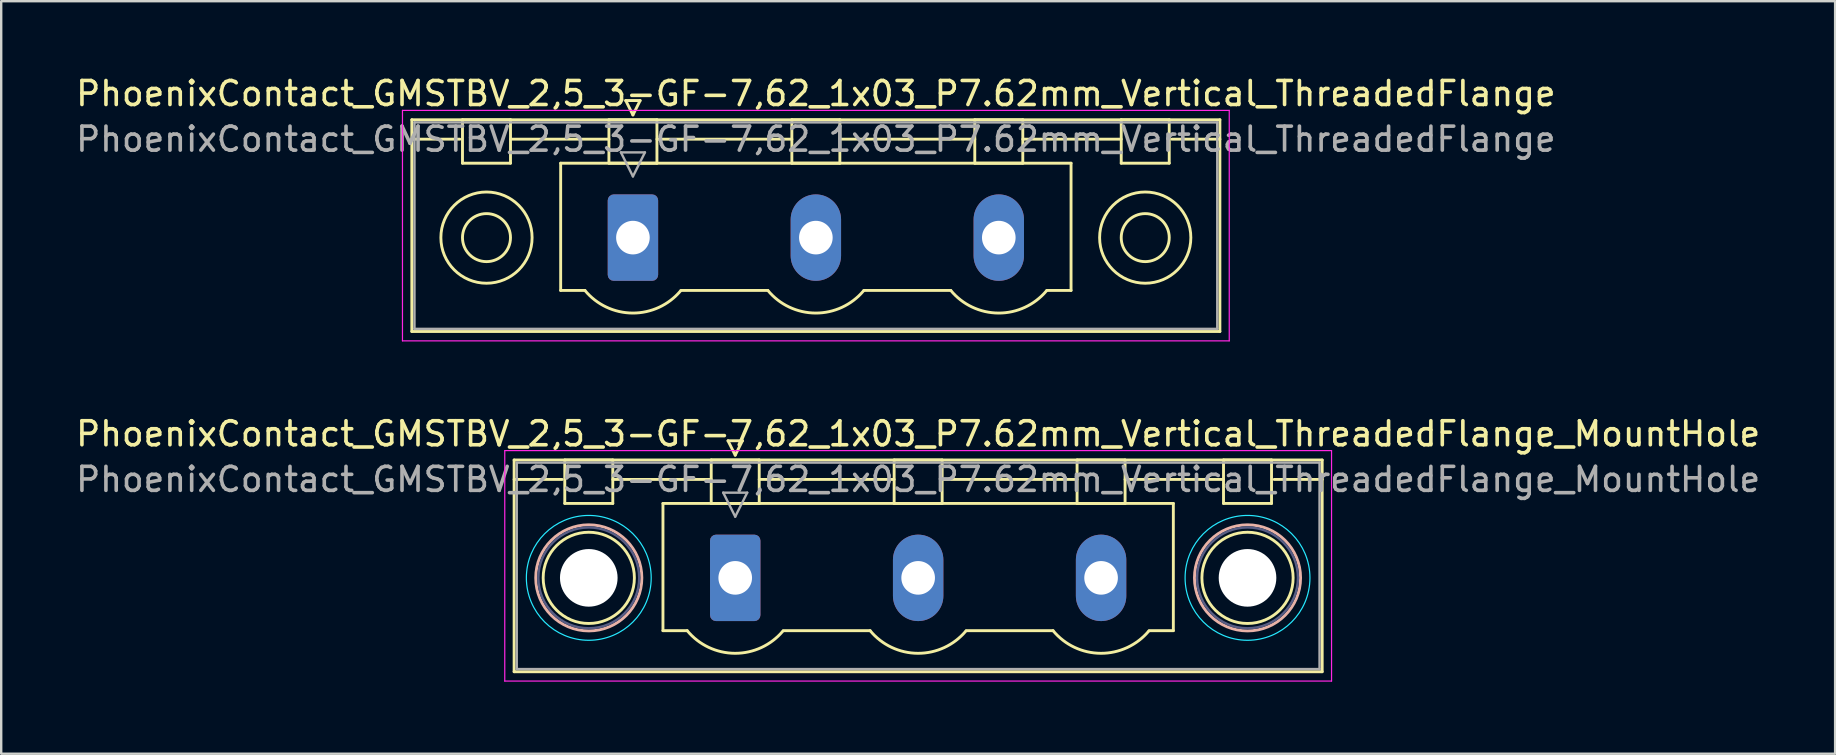
<source format=kicad_pcb>
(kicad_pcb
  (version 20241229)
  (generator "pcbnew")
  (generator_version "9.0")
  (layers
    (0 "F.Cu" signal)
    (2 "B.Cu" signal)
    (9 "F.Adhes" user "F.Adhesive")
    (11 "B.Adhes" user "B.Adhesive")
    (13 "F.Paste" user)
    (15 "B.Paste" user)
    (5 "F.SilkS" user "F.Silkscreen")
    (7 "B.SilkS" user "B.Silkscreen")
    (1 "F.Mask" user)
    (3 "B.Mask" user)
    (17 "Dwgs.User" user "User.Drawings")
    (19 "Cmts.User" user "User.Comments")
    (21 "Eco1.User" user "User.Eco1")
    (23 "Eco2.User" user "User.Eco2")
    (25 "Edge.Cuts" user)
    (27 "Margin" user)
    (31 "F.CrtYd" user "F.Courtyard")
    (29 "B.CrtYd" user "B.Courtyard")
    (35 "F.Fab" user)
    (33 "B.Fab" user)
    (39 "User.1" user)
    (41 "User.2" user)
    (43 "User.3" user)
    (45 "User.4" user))
  (footprint "PhoenixContact_GMSTBV_2,5_3-GF-7,62_1x03_P7.62mm_Vertical_ThreadedFlange"
    (layer "F.Cu")
    (at 23.315 6.848)
    (property "Reference" "PhoenixContact_GMSTBV_2,5_3-GF-7,62_1x03_P7.62mm_Vertical_ThreadedFlange" (at 7.62 -6 0) (layer "F.SilkS") (effects (font (size 1 1) (thickness 0.15))))
    (attr through_hole)
    (fp_line (start -9.21 -4.91) (end -9.21 3.91) (stroke (width 0.12) (type solid)) (layer "F.SilkS"))
    (fp_line (start -9.21 -4.1) (end -7.21 -4.1) (stroke (width 0.12) (type solid)) (layer "F.SilkS"))
    (fp_line (start -9.21 3.91) (end 24.45 3.91) (stroke (width 0.12) (type solid)) (layer "F.SilkS"))
    (fp_line (start -7.1 -4.91) (end -5.1 -4.91) (stroke (width 0.12) (type solid)) (layer "F.SilkS"))
    (fp_line (start -7.1 -3.1) (end -7.1 -4.91) (stroke (width 0.12) (type solid)) (layer "F.SilkS"))
    (fp_line (start -5.1 -4.91) (end -5.1 -3.1) (stroke (width 0.12) (type solid)) (layer "F.SilkS"))
    (fp_line (start -5.1 -4.1) (end -1 -4.1) (stroke (width 0.12) (type solid)) (layer "F.SilkS"))
    (fp_line (start -5.1 -3.1) (end -7.1 -3.1) (stroke (width 0.12) (type solid)) (layer "F.SilkS"))
    (fp_line (start -3.01 -3.1) (end 18.25 -3.1) (stroke (width 0.12) (type solid)) (layer "F.SilkS"))
    (fp_line (start -3.01 2.2) (end -3.01 -3.1) (stroke (width 0.12) (type solid)) (layer "F.SilkS"))
    (fp_line (start -2 2.2) (end -3.01 2.2) (stroke (width 0.12) (type solid)) (layer "F.SilkS"))
    (fp_line (start -1 -4.91) (end 1 -4.91) (stroke (width 0.12) (type solid)) (layer "F.SilkS"))
    (fp_line (start -1 -3.1) (end -1 -4.91) (stroke (width 0.12) (type solid)) (layer "F.SilkS"))
    (fp_line (start -0.3 -5.71) (end 0.3 -5.71) (stroke (width 0.12) (type solid)) (layer "F.SilkS"))
    (fp_line (start 0 -5.11) (end -0.3 -5.71) (stroke (width 0.12) (type solid)) (layer "F.SilkS"))
    (fp_line (start 0.3 -5.71) (end 0 -5.11) (stroke (width 0.12) (type solid)) (layer "F.SilkS"))
    (fp_line (start 1 -4.91) (end 1 -3.1) (stroke (width 0.12) (type solid)) (layer "F.SilkS"))
    (fp_line (start 1 -4.1) (end 6.62 -4.1) (stroke (width 0.12) (type solid)) (layer "F.SilkS"))
    (fp_line (start 1 -3.1) (end -1 -3.1) (stroke (width 0.12) (type solid)) (layer "F.SilkS"))
    (fp_line (start 2 2.2) (end 5.62 2.2) (stroke (width 0.12) (type solid)) (layer "F.SilkS"))
    (fp_line (start 6.62 -4.91) (end 8.62 -4.91) (stroke (width 0.12) (type solid)) (layer "F.SilkS"))
    (fp_line (start 6.62 -3.1) (end 6.62 -4.91) (stroke (width 0.12) (type solid)) (layer "F.SilkS"))
    (fp_line (start 8.62 -4.91) (end 8.62 -3.1) (stroke (width 0.12) (type solid)) (layer "F.SilkS"))
    (fp_line (start 8.62 -4.1) (end 14.24 -4.1) (stroke (width 0.12) (type solid)) (layer "F.SilkS"))
    (fp_line (start 8.62 -3.1) (end 6.62 -3.1) (stroke (width 0.12) (type solid)) (layer "F.SilkS"))
    (fp_line (start 9.62 2.2) (end 13.24 2.2) (stroke (width 0.12) (type solid)) (layer "F.SilkS"))
    (fp_line (start 14.24 -4.91) (end 16.24 -4.91) (stroke (width 0.12) (type solid)) (layer "F.SilkS"))
    (fp_line (start 14.24 -3.1) (end 14.24 -4.91) (stroke (width 0.12) (type solid)) (layer "F.SilkS"))
    (fp_line (start 16.24 -4.91) (end 16.24 -3.1) (stroke (width 0.12) (type solid)) (layer "F.SilkS"))
    (fp_line (start 16.24 -4.1) (end 20.34 -4.1) (stroke (width 0.12) (type solid)) (layer "F.SilkS"))
    (fp_line (start 16.24 -3.1) (end 14.24 -3.1) (stroke (width 0.12) (type solid)) (layer "F.SilkS"))
    (fp_line (start 18.25 -3.1) (end 18.25 2.2) (stroke (width 0.12) (type solid)) (layer "F.SilkS"))
    (fp_line (start 18.25 2.2) (end 17.24 2.2) (stroke (width 0.12) (type solid)) (layer "F.SilkS"))
    (fp_line (start 20.34 -4.91) (end 22.34 -4.91) (stroke (width 0.12) (type solid)) (layer "F.SilkS"))
    (fp_line (start 20.34 -3.1) (end 20.34 -4.91) (stroke (width 0.12) (type solid)) (layer "F.SilkS"))
    (fp_line (start 22.34 -4.91) (end 22.34 -3.1) (stroke (width 0.12) (type solid)) (layer "F.SilkS"))
    (fp_line (start 22.34 -3.1) (end 20.34 -3.1) (stroke (width 0.12) (type solid)) (layer "F.SilkS"))
    (fp_line (start 24.45 -4.91) (end -9.21 -4.91) (stroke (width 0.12) (type solid)) (layer "F.SilkS"))
    (fp_line (start 24.45 -4.1) (end 22.45 -4.1) (stroke (width 0.12) (type solid)) (layer "F.SilkS"))
    (fp_line (start 24.45 3.91) (end 24.45 -4.91) (stroke (width 0.12) (type solid)) (layer "F.SilkS"))
    (fp_arc (start 1.986842 2.215821) (mid -0.010289 3.142758) (end -2 2.2) (stroke (width 0.12) (type solid)) (layer "F.SilkS"))
    (fp_arc (start 9.606842 2.215821) (mid 7.609711 3.142758) (end 5.62 2.2) (stroke (width 0.12) (type solid)) (layer "F.SilkS"))
    (fp_arc (start 17.226842 2.215821) (mid 15.229711 3.142758) (end 13.24 2.2) (stroke (width 0.12) (type solid)) (layer "F.SilkS"))
    (fp_circle (center -6.1 0) (end -5.1 0) (stroke (width 0.12) (type solid)) (fill no) (layer "F.SilkS"))
    (fp_circle (center -6.1 0) (end -4.2 0) (stroke (width 0.12) (type solid)) (fill no) (layer "F.SilkS"))
    (fp_circle (center 21.34 0) (end 22.34 0) (stroke (width 0.12) (type solid)) (fill no) (layer "F.SilkS"))
    (fp_circle (center 21.34 0) (end 23.24 0) (stroke (width 0.12) (type solid)) (fill no) (layer "F.SilkS"))
    (fp_line (start -9.6 -5.3) (end -9.6 4.3) (stroke (width 0.05) (type solid)) (layer "F.CrtYd"))
    (fp_line (start -9.6 4.3) (end 24.84 4.3) (stroke (width 0.05) (type solid)) (layer "F.CrtYd"))
    (fp_line (start 24.84 -5.3) (end -9.6 -5.3) (stroke (width 0.05) (type solid)) (layer "F.CrtYd"))
    (fp_line (start 24.84 4.3) (end 24.84 -5.3) (stroke (width 0.05) (type solid)) (layer "F.CrtYd"))
    (fp_line (start -9.1 -4.8) (end -9.1 3.8) (stroke (width 0.1) (type solid)) (layer "F.Fab"))
    (fp_line (start -9.1 3.8) (end 24.34 3.8) (stroke (width 0.1) (type solid)) (layer "F.Fab"))
    (fp_line (start -0.5 -3.55) (end 0.5 -3.55) (stroke (width 0.1) (type solid)) (layer "F.Fab"))
    (fp_line (start 0 -2.55) (end -0.5 -3.55) (stroke (width 0.1) (type solid)) (layer "F.Fab"))
    (fp_line (start 0.5 -3.55) (end 0 -2.55) (stroke (width 0.1) (type solid)) (layer "F.Fab"))
    (fp_line (start 24.34 -4.8) (end -9.1 -4.8) (stroke (width 0.1) (type solid)) (layer "F.Fab"))
    (fp_line (start 24.34 3.8) (end 24.34 -4.8) (stroke (width 0.1) (type solid)) (layer "F.Fab"))
    (fp_text user "${REFERENCE}" (at 7.62 -4.1 0) (layer "F.Fab") (effects (font (size 1 1) (thickness 0.15))))
    (pad "1" thru_hole roundrect (at 0 0) (size 2.1 3.6) (drill 1.4) (layers "*.Cu" "*.Mask") (roundrect_rratio 0.119))
    (pad "2" thru_hole oval (at 7.62 0) (size 2.1 3.6) (drill 1.4) (layers "*.Cu" "*.Mask"))
    (pad "3" thru_hole oval (at 15.24 0) (size 2.1 3.6) (drill 1.4) (layers "*.Cu" "*.Mask")))
  (footprint "PhoenixContact_GMSTBV_2,5_3-GF-7,62_1x03_P7.62mm_Vertical_ThreadedFlange_MountHole"
    (layer "F.Cu")
    (at 27.576 21.021)
    (property "Reference" "PhoenixContact_GMSTBV_2,5_3-GF-7,62_1x03_P7.62mm_Vertical_ThreadedFlange_MountHole" (at 7.62 -6 0) (layer "F.SilkS") (effects (font (size 1 1) (thickness 0.15))))
    (attr through_hole)
    (fp_line (start -9.21 -4.91) (end -9.21 3.91) (stroke (width 0.12) (type solid)) (layer "F.SilkS"))
    (fp_line (start -9.21 -4.1) (end -7.21 -4.1) (stroke (width 0.12) (type solid)) (layer "F.SilkS"))
    (fp_line (start -9.21 3.91) (end 24.45 3.91) (stroke (width 0.12) (type solid)) (layer "F.SilkS"))
    (fp_line (start -7.1 -4.91) (end -5.1 -4.91) (stroke (width 0.12) (type solid)) (layer "F.SilkS"))
    (fp_line (start -7.1 -3.1) (end -7.1 -4.91) (stroke (width 0.12) (type solid)) (layer "F.SilkS"))
    (fp_line (start -5.1 -4.91) (end -5.1 -3.1) (stroke (width 0.12) (type solid)) (layer "F.SilkS"))
    (fp_line (start -5.1 -4.1) (end -1 -4.1) (stroke (width 0.12) (type solid)) (layer "F.SilkS"))
    (fp_line (start -5.1 -3.1) (end -7.1 -3.1) (stroke (width 0.12) (type solid)) (layer "F.SilkS"))
    (fp_line (start -3.01 -3.1) (end 18.25 -3.1) (stroke (width 0.12) (type solid)) (layer "F.SilkS"))
    (fp_line (start -3.01 2.2) (end -3.01 -3.1) (stroke (width 0.12) (type solid)) (layer "F.SilkS"))
    (fp_line (start -2 2.2) (end -3.01 2.2) (stroke (width 0.12) (type solid)) (layer "F.SilkS"))
    (fp_line (start -1 -4.91) (end 1 -4.91) (stroke (width 0.12) (type solid)) (layer "F.SilkS"))
    (fp_line (start -1 -3.1) (end -1 -4.91) (stroke (width 0.12) (type solid)) (layer "F.SilkS"))
    (fp_line (start -0.3 -5.71) (end 0.3 -5.71) (stroke (width 0.12) (type solid)) (layer "F.SilkS"))
    (fp_line (start 0 -5.11) (end -0.3 -5.71) (stroke (width 0.12) (type solid)) (layer "F.SilkS"))
    (fp_line (start 0.3 -5.71) (end 0 -5.11) (stroke (width 0.12) (type solid)) (layer "F.SilkS"))
    (fp_line (start 1 -4.91) (end 1 -3.1) (stroke (width 0.12) (type solid)) (layer "F.SilkS"))
    (fp_line (start 1 -4.1) (end 6.62 -4.1) (stroke (width 0.12) (type solid)) (layer "F.SilkS"))
    (fp_line (start 1 -3.1) (end -1 -3.1) (stroke (width 0.12) (type solid)) (layer "F.SilkS"))
    (fp_line (start 2 2.2) (end 5.62 2.2) (stroke (width 0.12) (type solid)) (layer "F.SilkS"))
    (fp_line (start 6.62 -4.91) (end 8.62 -4.91) (stroke (width 0.12) (type solid)) (layer "F.SilkS"))
    (fp_line (start 6.62 -3.1) (end 6.62 -4.91) (stroke (width 0.12) (type solid)) (layer "F.SilkS"))
    (fp_line (start 8.62 -4.91) (end 8.62 -3.1) (stroke (width 0.12) (type solid)) (layer "F.SilkS"))
    (fp_line (start 8.62 -4.1) (end 14.24 -4.1) (stroke (width 0.12) (type solid)) (layer "F.SilkS"))
    (fp_line (start 8.62 -3.1) (end 6.62 -3.1) (stroke (width 0.12) (type solid)) (layer "F.SilkS"))
    (fp_line (start 9.62 2.2) (end 13.24 2.2) (stroke (width 0.12) (type solid)) (layer "F.SilkS"))
    (fp_line (start 14.24 -4.91) (end 16.24 -4.91) (stroke (width 0.12) (type solid)) (layer "F.SilkS"))
    (fp_line (start 14.24 -3.1) (end 14.24 -4.91) (stroke (width 0.12) (type solid)) (layer "F.SilkS"))
    (fp_line (start 16.24 -4.91) (end 16.24 -3.1) (stroke (width 0.12) (type solid)) (layer "F.SilkS"))
    (fp_line (start 16.24 -4.1) (end 20.34 -4.1) (stroke (width 0.12) (type solid)) (layer "F.SilkS"))
    (fp_line (start 16.24 -3.1) (end 14.24 -3.1) (stroke (width 0.12) (type solid)) (layer "F.SilkS"))
    (fp_line (start 18.25 -3.1) (end 18.25 2.2) (stroke (width 0.12) (type solid)) (layer "F.SilkS"))
    (fp_line (start 18.25 2.2) (end 17.24 2.2) (stroke (width 0.12) (type solid)) (layer "F.SilkS"))
    (fp_line (start 20.34 -4.91) (end 22.34 -4.91) (stroke (width 0.12) (type solid)) (layer "F.SilkS"))
    (fp_line (start 20.34 -3.1) (end 20.34 -4.91) (stroke (width 0.12) (type solid)) (layer "F.SilkS"))
    (fp_line (start 22.34 -4.91) (end 22.34 -3.1) (stroke (width 0.12) (type solid)) (layer "F.SilkS"))
    (fp_line (start 22.34 -3.1) (end 20.34 -3.1) (stroke (width 0.12) (type solid)) (layer "F.SilkS"))
    (fp_line (start 24.45 -4.91) (end -9.21 -4.91) (stroke (width 0.12) (type solid)) (layer "F.SilkS"))
    (fp_line (start 24.45 -4.1) (end 22.45 -4.1) (stroke (width 0.12) (type solid)) (layer "F.SilkS"))
    (fp_line (start 24.45 3.91) (end 24.45 -4.91) (stroke (width 0.12) (type solid)) (layer "F.SilkS"))
    (fp_arc (start 1.986842 2.215821) (mid -0.010289 3.142758) (end -2 2.2) (stroke (width 0.12) (type solid)) (layer "F.SilkS"))
    (fp_arc (start 9.606842 2.215821) (mid 7.609711 3.142758) (end 5.62 2.2) (stroke (width 0.12) (type solid)) (layer "F.SilkS"))
    (fp_arc (start 17.226842 2.215821) (mid 15.229711 3.142758) (end 13.24 2.2) (stroke (width 0.12) (type solid)) (layer "F.SilkS"))
    (fp_circle (center -6.1 0) (end -4.2 0) (stroke (width 0.12) (type solid)) (fill no) (layer "F.SilkS"))
    (fp_circle (center 21.34 0) (end 23.24 0) (stroke (width 0.12) (type solid)) (fill no) (layer "F.SilkS"))
    (fp_circle (center -6.1 0) (end -3.89 0) (stroke (width 0.12) (type solid)) (fill no) (layer "B.SilkS"))
    (fp_circle (center 21.34 0) (end 23.55 0) (stroke (width 0.12) (type solid)) (fill no) (layer "B.SilkS"))
    (fp_circle (center -6.1 0) (end -3.5 0) (stroke (width 0.05) (type solid)) (fill no) (layer "B.CrtYd"))
    (fp_circle (center 21.34 0) (end 23.94 0) (stroke (width 0.05) (type solid)) (fill no) (layer "B.CrtYd"))
    (fp_line (start -9.6 -5.3) (end -9.6 4.3) (stroke (width 0.05) (type solid)) (layer "F.CrtYd"))
    (fp_line (start -9.6 4.3) (end 24.84 4.3) (stroke (width 0.05) (type solid)) (layer "F.CrtYd"))
    (fp_line (start 24.84 -5.3) (end -9.6 -5.3) (stroke (width 0.05) (type solid)) (layer "F.CrtYd"))
    (fp_line (start 24.84 4.3) (end 24.84 -5.3) (stroke (width 0.05) (type solid)) (layer "F.CrtYd"))
    (fp_circle (center -6.1 0) (end -4 0) (stroke (width 0.1) (type solid)) (fill no) (layer "B.Fab"))
    (fp_circle (center 21.34 0) (end 23.44 0) (stroke (width 0.1) (type solid)) (fill no) (layer "B.Fab"))
    (fp_line (start -9.1 -4.8) (end -9.1 3.8) (stroke (width 0.1) (type solid)) (layer "F.Fab"))
    (fp_line (start -9.1 3.8) (end 24.34 3.8) (stroke (width 0.1) (type solid)) (layer "F.Fab"))
    (fp_line (start -0.5 -3.55) (end 0.5 -3.55) (stroke (width 0.1) (type solid)) (layer "F.Fab"))
    (fp_line (start 0 -2.55) (end -0.5 -3.55) (stroke (width 0.1) (type solid)) (layer "F.Fab"))
    (fp_line (start 0.5 -3.55) (end 0 -2.55) (stroke (width 0.1) (type solid)) (layer "F.Fab"))
    (fp_line (start 24.34 -4.8) (end -9.1 -4.8) (stroke (width 0.1) (type solid)) (layer "F.Fab"))
    (fp_line (start 24.34 3.8) (end 24.34 -4.8) (stroke (width 0.1) (type solid)) (layer "F.Fab"))
    (fp_text user "${REFERENCE}" (at 7.62 -4.1 0) (layer "F.Fab") (effects (font (size 1 1) (thickness 0.15))))
    (pad "" np_thru_hole circle (at -6.1 0) (size 2.4 2.4) (drill 2.4) (layers "*.Cu" "*.Mask"))
    (pad "" np_thru_hole circle (at 21.34 0) (size 2.4 2.4) (drill 2.4) (layers "*.Cu" "*.Mask"))
    (pad "1" thru_hole roundrect (at 0 0) (size 2.1 3.6) (drill 1.4) (layers "*.Cu" "*.Mask") (roundrect_rratio 0.119))
    (pad "2" thru_hole oval (at 7.62 0) (size 2.1 3.6) (drill 1.4) (layers "*.Cu" "*.Mask"))
    (pad "3" thru_hole oval (at 15.24 0) (size 2.1 3.6) (drill 1.4) (layers "*.Cu" "*.Mask")))
  (gr_rect
    (start -3 -3)
    (end 73.393 28.346)
    (stroke (width 0.1) (type default))
    (fill no)
    (layer "Edge.Cuts")))
</source>
